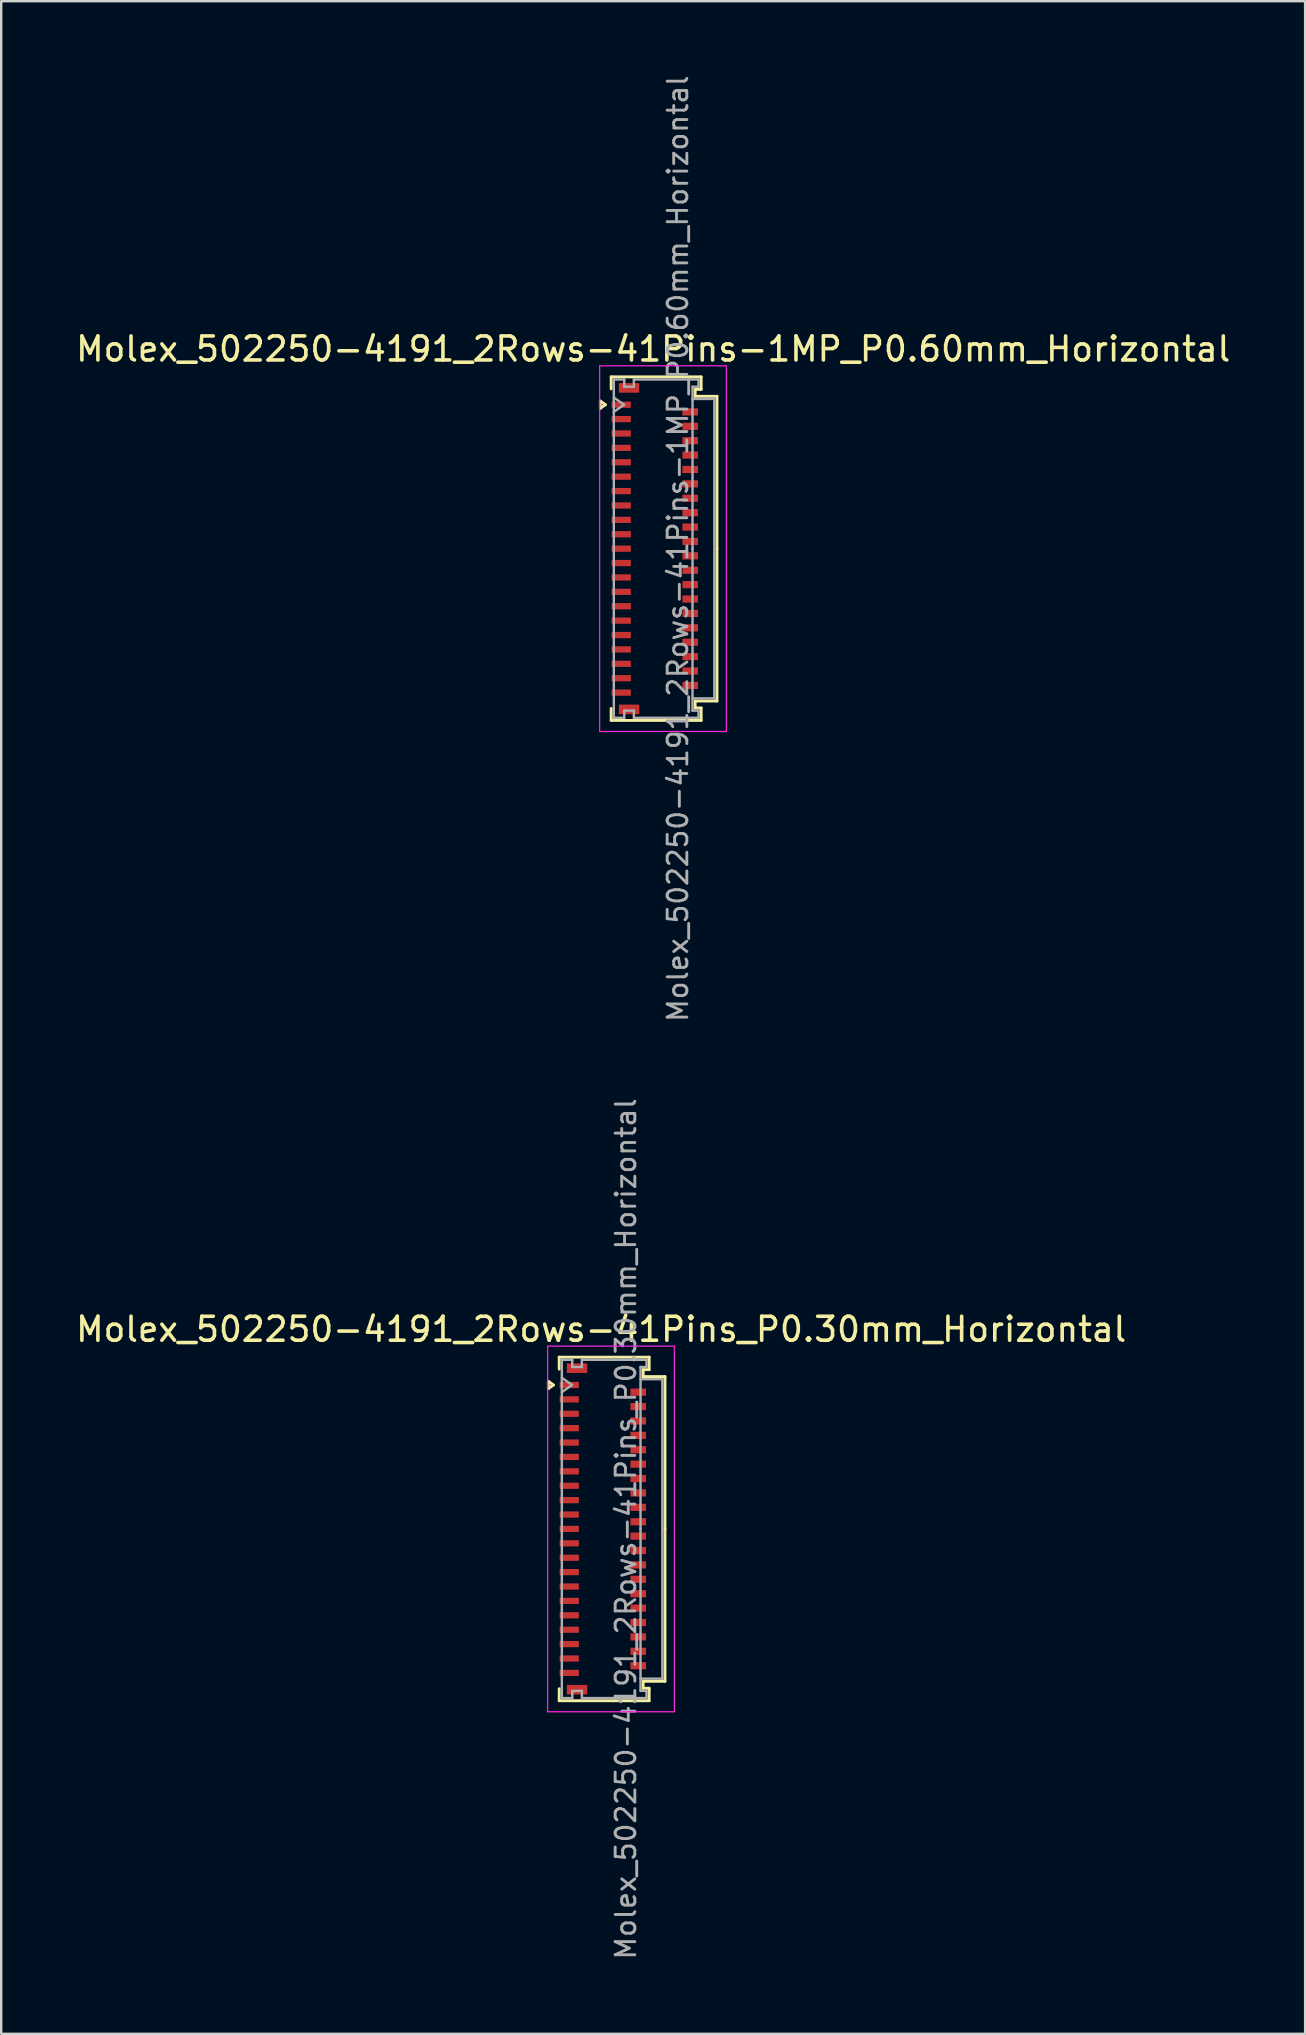
<source format=kicad_pcb>
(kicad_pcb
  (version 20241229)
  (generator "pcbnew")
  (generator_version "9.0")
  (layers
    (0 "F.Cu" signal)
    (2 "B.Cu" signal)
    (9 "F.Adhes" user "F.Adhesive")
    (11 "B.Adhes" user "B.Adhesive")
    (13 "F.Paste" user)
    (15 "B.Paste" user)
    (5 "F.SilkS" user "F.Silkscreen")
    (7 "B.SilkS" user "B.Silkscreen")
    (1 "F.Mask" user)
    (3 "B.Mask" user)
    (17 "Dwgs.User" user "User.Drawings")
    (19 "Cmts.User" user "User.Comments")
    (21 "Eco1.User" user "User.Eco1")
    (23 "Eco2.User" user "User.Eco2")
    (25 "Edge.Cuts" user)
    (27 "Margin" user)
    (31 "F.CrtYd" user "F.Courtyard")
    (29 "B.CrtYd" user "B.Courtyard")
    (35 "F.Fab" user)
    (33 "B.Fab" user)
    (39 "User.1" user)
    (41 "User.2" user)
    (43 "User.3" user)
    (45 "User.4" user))
  (footprint "Molex_502250-4191_2Rows-41Pins-1MP_P0.60mm_Horizontal"
    (layer "F.Cu")
    (at 24.243 19.817)
    (property "Reference" "Molex_502250-4191_2Rows-41Pins-1MP_P0.60mm_Horizontal" (at -0.07 -8.32 0) (layer "F.SilkS") (effects (font (size 1 1) (thickness 0.15))))
    (attr smd)
    (fp_line (start -2.272 -6.15) (end -2.06 -6) (stroke (width 0.12) (type solid)) (layer "F.SilkS"))
    (fp_line (start -2.272 -5.85) (end -2.272 -6.15) (stroke (width 0.12) (type solid)) (layer "F.SilkS"))
    (fp_line (start -2.06 -6) (end -2.272 -5.85) (stroke (width 0.12) (type solid)) (layer "F.SilkS"))
    (fp_line (start -1.82 -7.16) (end 1.93 -7.16) (stroke (width 0.12) (type solid)) (layer "F.SilkS"))
    (fp_line (start -1.82 -6.66) (end -1.82 -7.16) (stroke (width 0.12) (type solid)) (layer "F.SilkS"))
    (fp_line (start -1.82 6.66) (end -1.82 7.16) (stroke (width 0.12) (type solid)) (layer "F.SilkS"))
    (fp_line (start -1.82 7.16) (end 1.93 7.16) (stroke (width 0.12) (type solid)) (layer "F.SilkS"))
    (fp_line (start 1.68 -6.64) (end 1.68 -6.35) (stroke (width 0.12) (type solid)) (layer "F.SilkS"))
    (fp_line (start 1.68 -6.35) (end 2.59 -6.35) (stroke (width 0.12) (type solid)) (layer "F.SilkS"))
    (fp_line (start 1.68 6.35) (end 2.59 6.35) (stroke (width 0.12) (type solid)) (layer "F.SilkS"))
    (fp_line (start 1.68 6.64) (end 1.68 6.35) (stroke (width 0.12) (type solid)) (layer "F.SilkS"))
    (fp_line (start 1.93 -7.16) (end 1.93 -6.64) (stroke (width 0.12) (type solid)) (layer "F.SilkS"))
    (fp_line (start 1.93 -6.64) (end 1.68 -6.64) (stroke (width 0.12) (type solid)) (layer "F.SilkS"))
    (fp_line (start 1.93 6.64) (end 1.68 6.64) (stroke (width 0.12) (type solid)) (layer "F.SilkS"))
    (fp_line (start 1.93 7.16) (end 1.93 6.64) (stroke (width 0.12) (type solid)) (layer "F.SilkS"))
    (fp_line (start 2.59 -6.35) (end 2.59 0) (stroke (width 0.12) (type solid)) (layer "F.SilkS"))
    (fp_line (start 2.59 6.35) (end 2.59 0) (stroke (width 0.12) (type solid)) (layer "F.SilkS"))
    (fp_line (start -2.3 -7.62) (end -2.3 7.62) (stroke (width 0.05) (type solid)) (layer "F.CrtYd"))
    (fp_line (start -2.3 7.62) (end 2.98 7.62) (stroke (width 0.05) (type solid)) (layer "F.CrtYd"))
    (fp_line (start 2.98 -7.62) (end -2.3 -7.62) (stroke (width 0.05) (type solid)) (layer "F.CrtYd"))
    (fp_line (start 2.98 7.62) (end 2.98 -7.62) (stroke (width 0.05) (type solid)) (layer "F.CrtYd"))
    (fp_line (start -1.71 -7.05) (end -1.275 -7.05) (stroke (width 0.1) (type solid)) (layer "F.Fab"))
    (fp_line (start -1.71 -6.3) (end -1.286 -6) (stroke (width 0.1) (type solid)) (layer "F.Fab"))
    (fp_line (start -1.71 0) (end -1.71 -7.05) (stroke (width 0.1) (type solid)) (layer "F.Fab"))
    (fp_line (start -1.71 0) (end -1.71 7.05) (stroke (width 0.1) (type solid)) (layer "F.Fab"))
    (fp_line (start -1.71 7.05) (end -1.275 7.05) (stroke (width 0.1) (type solid)) (layer "F.Fab"))
    (fp_line (start -1.286 -6) (end -1.71 -5.7) (stroke (width 0.1) (type solid)) (layer "F.Fab"))
    (fp_line (start -1.275 -7.05) (end -1.275 -6.75) (stroke (width 0.1) (type solid)) (layer "F.Fab"))
    (fp_line (start -1.275 -6.75) (end -0.875 -6.75) (stroke (width 0.1) (type solid)) (layer "F.Fab"))
    (fp_line (start -1.275 6.75) (end -0.875 6.75) (stroke (width 0.1) (type solid)) (layer "F.Fab"))
    (fp_line (start -1.275 7.05) (end -1.275 6.75) (stroke (width 0.1) (type solid)) (layer "F.Fab"))
    (fp_line (start -0.875 -7.05) (end 1.82 -7.05) (stroke (width 0.1) (type solid)) (layer "F.Fab"))
    (fp_line (start -0.875 -6.75) (end -0.875 -7.05) (stroke (width 0.1) (type solid)) (layer "F.Fab"))
    (fp_line (start -0.875 6.75) (end -0.875 7.05) (stroke (width 0.1) (type solid)) (layer "F.Fab"))
    (fp_line (start -0.875 7.05) (end 1.82 7.05) (stroke (width 0.1) (type solid)) (layer "F.Fab"))
    (fp_line (start 1.57 -6.75) (end 1.57 0) (stroke (width 0.1) (type solid)) (layer "F.Fab"))
    (fp_line (start 1.57 -6.24) (end 2.48 -6.24) (stroke (width 0.1) (type solid)) (layer "F.Fab"))
    (fp_line (start 1.57 6.75) (end 1.57 0) (stroke (width 0.1) (type solid)) (layer "F.Fab"))
    (fp_line (start 1.82 -7.05) (end 1.82 -6.75) (stroke (width 0.1) (type solid)) (layer "F.Fab"))
    (fp_line (start 1.82 -6.75) (end 1.57 -6.75) (stroke (width 0.1) (type solid)) (layer "F.Fab"))
    (fp_line (start 1.82 6.75) (end 1.57 6.75) (stroke (width 0.1) (type solid)) (layer "F.Fab"))
    (fp_line (start 1.82 7.05) (end 1.82 6.75) (stroke (width 0.1) (type solid)) (layer "F.Fab"))
    (fp_line (start 2.48 -6.24) (end 2.48 6.24) (stroke (width 0.1) (type solid)) (layer "F.Fab"))
    (fp_line (start 2.48 6.24) (end 1.57 6.24) (stroke (width 0.1) (type solid)) (layer "F.Fab"))
    (fp_text user "${REFERENCE}" (at 0.96 0 90) (layer "F.Fab") (effects (font (size 0.82 0.82) (thickness 0.12))))
    (pad "1" smd rect (at -1.4 -6) (size 0.8 0.26) (layers "F.Cu" "F.Mask" "F.Paste"))
    (pad "2" smd rect (at 1.475 -5.7) (size 0.65 0.3) (layers "F.Cu" "F.Mask" "F.Paste"))
    (pad "3" smd rect (at -1.4 -5.4) (size 0.8 0.26) (layers "F.Cu" "F.Mask" "F.Paste"))
    (pad "4" smd rect (at 1.475 -5.1) (size 0.65 0.3) (layers "F.Cu" "F.Mask" "F.Paste"))
    (pad "5" smd rect (at -1.4 -4.8) (size 0.8 0.26) (layers "F.Cu" "F.Mask" "F.Paste"))
    (pad "6" smd rect (at 1.475 -4.5) (size 0.65 0.3) (layers "F.Cu" "F.Mask" "F.Paste"))
    (pad "7" smd rect (at -1.4 -4.2) (size 0.8 0.26) (layers "F.Cu" "F.Mask" "F.Paste"))
    (pad "8" smd rect (at 1.475 -3.9) (size 0.65 0.3) (layers "F.Cu" "F.Mask" "F.Paste"))
    (pad "9" smd rect (at -1.4 -3.6) (size 0.8 0.26) (layers "F.Cu" "F.Mask" "F.Paste"))
    (pad "10" smd rect (at 1.475 -3.3) (size 0.65 0.3) (layers "F.Cu" "F.Mask" "F.Paste"))
    (pad "11" smd rect (at -1.4 -3) (size 0.8 0.26) (layers "F.Cu" "F.Mask" "F.Paste"))
    (pad "12" smd rect (at 1.475 -2.7) (size 0.65 0.3) (layers "F.Cu" "F.Mask" "F.Paste"))
    (pad "13" smd rect (at -1.4 -2.4) (size 0.8 0.26) (layers "F.Cu" "F.Mask" "F.Paste"))
    (pad "14" smd rect (at 1.475 -2.1) (size 0.65 0.3) (layers "F.Cu" "F.Mask" "F.Paste"))
    (pad "15" smd rect (at -1.4 -1.8) (size 0.8 0.26) (layers "F.Cu" "F.Mask" "F.Paste"))
    (pad "16" smd rect (at 1.475 -1.5) (size 0.65 0.3) (layers "F.Cu" "F.Mask" "F.Paste"))
    (pad "17" smd rect (at -1.4 -1.2) (size 0.8 0.26) (layers "F.Cu" "F.Mask" "F.Paste"))
    (pad "18" smd rect (at 1.475 -0.9) (size 0.65 0.3) (layers "F.Cu" "F.Mask" "F.Paste"))
    (pad "19" smd rect (at -1.4 -0.6) (size 0.8 0.26) (layers "F.Cu" "F.Mask" "F.Paste"))
    (pad "20" smd rect (at 1.475 -0.3) (size 0.65 0.3) (layers "F.Cu" "F.Mask" "F.Paste"))
    (pad "21" smd rect (at -1.4 0) (size 0.8 0.26) (layers "F.Cu" "F.Mask" "F.Paste"))
    (pad "22" smd rect (at 1.475 0.3) (size 0.65 0.3) (layers "F.Cu" "F.Mask" "F.Paste"))
    (pad "23" smd rect (at -1.4 0.6) (size 0.8 0.26) (layers "F.Cu" "F.Mask" "F.Paste"))
    (pad "24" smd rect (at 1.475 0.9) (size 0.65 0.3) (layers "F.Cu" "F.Mask" "F.Paste"))
    (pad "25" smd rect (at -1.4 1.2) (size 0.8 0.26) (layers "F.Cu" "F.Mask" "F.Paste"))
    (pad "26" smd rect (at 1.475 1.5) (size 0.65 0.3) (layers "F.Cu" "F.Mask" "F.Paste"))
    (pad "27" smd rect (at -1.4 1.8) (size 0.8 0.26) (layers "F.Cu" "F.Mask" "F.Paste"))
    (pad "28" smd rect (at 1.475 2.1) (size 0.65 0.3) (layers "F.Cu" "F.Mask" "F.Paste"))
    (pad "29" smd rect (at -1.4 2.4) (size 0.8 0.26) (layers "F.Cu" "F.Mask" "F.Paste"))
    (pad "30" smd rect (at 1.475 2.7) (size 0.65 0.3) (layers "F.Cu" "F.Mask" "F.Paste"))
    (pad "31" smd rect (at -1.4 3) (size 0.8 0.26) (layers "F.Cu" "F.Mask" "F.Paste"))
    (pad "32" smd rect (at 1.475 3.3) (size 0.65 0.3) (layers "F.Cu" "F.Mask" "F.Paste"))
    (pad "33" smd rect (at -1.4 3.6) (size 0.8 0.26) (layers "F.Cu" "F.Mask" "F.Paste"))
    (pad "34" smd rect (at 1.475 3.9) (size 0.65 0.3) (layers "F.Cu" "F.Mask" "F.Paste"))
    (pad "35" smd rect (at -1.4 4.2) (size 0.8 0.26) (layers "F.Cu" "F.Mask" "F.Paste"))
    (pad "36" smd rect (at 1.475 4.5) (size 0.65 0.3) (layers "F.Cu" "F.Mask" "F.Paste"))
    (pad "37" smd rect (at -1.4 4.8) (size 0.8 0.26) (layers "F.Cu" "F.Mask" "F.Paste"))
    (pad "38" smd rect (at 1.475 5.1) (size 0.65 0.3) (layers "F.Cu" "F.Mask" "F.Paste"))
    (pad "39" smd rect (at -1.4 5.4) (size 0.8 0.26) (layers "F.Cu" "F.Mask" "F.Paste"))
    (pad "40" smd rect (at 1.475 5.7) (size 0.65 0.3) (layers "F.Cu" "F.Mask" "F.Paste"))
    (pad "41" smd rect (at -1.4 6) (size 0.8 0.26) (layers "F.Cu" "F.Mask" "F.Paste"))
    (pad "MP" smd rect (at -1.075 -6.7) (size 0.85 0.4) (layers "F.Cu" "F.Mask" "F.Paste"))
    (pad "MP" smd rect (at -1.075 6.7) (size 0.85 0.4) (layers "F.Cu" "F.Mask" "F.Paste")))
  (footprint "Molex_502250-4191_2Rows-41Pins_P0.30mm_Horizontal"
    (layer "F.Cu")
    (at 22.076 60.674)
    (property "Reference" "Molex_502250-4191_2Rows-41Pins_P0.30mm_Horizontal" (at -0.07 -8.32 0) (layer "F.SilkS") (effects (font (size 1 1) (thickness 0.15))))
    (attr smd)
    (fp_line (start -2.272 -6.15) (end -2.06 -6) (stroke (width 0.12) (type solid)) (layer "F.SilkS"))
    (fp_line (start -2.272 -5.85) (end -2.272 -6.15) (stroke (width 0.12) (type solid)) (layer "F.SilkS"))
    (fp_line (start -2.06 -6) (end -2.272 -5.85) (stroke (width 0.12) (type solid)) (layer "F.SilkS"))
    (fp_line (start -1.82 -7.16) (end 1.93 -7.16) (stroke (width 0.12) (type solid)) (layer "F.SilkS"))
    (fp_line (start -1.82 -6.66) (end -1.82 -7.16) (stroke (width 0.12) (type solid)) (layer "F.SilkS"))
    (fp_line (start -1.82 6.66) (end -1.82 7.16) (stroke (width 0.12) (type solid)) (layer "F.SilkS"))
    (fp_line (start -1.82 7.16) (end 1.93 7.16) (stroke (width 0.12) (type solid)) (layer "F.SilkS"))
    (fp_line (start 1.68 -6.64) (end 1.68 -6.35) (stroke (width 0.12) (type solid)) (layer "F.SilkS"))
    (fp_line (start 1.68 -6.35) (end 2.59 -6.35) (stroke (width 0.12) (type solid)) (layer "F.SilkS"))
    (fp_line (start 1.68 6.35) (end 2.59 6.35) (stroke (width 0.12) (type solid)) (layer "F.SilkS"))
    (fp_line (start 1.68 6.64) (end 1.68 6.35) (stroke (width 0.12) (type solid)) (layer "F.SilkS"))
    (fp_line (start 1.93 -7.16) (end 1.93 -6.64) (stroke (width 0.12) (type solid)) (layer "F.SilkS"))
    (fp_line (start 1.93 -6.64) (end 1.68 -6.64) (stroke (width 0.12) (type solid)) (layer "F.SilkS"))
    (fp_line (start 1.93 6.64) (end 1.68 6.64) (stroke (width 0.12) (type solid)) (layer "F.SilkS"))
    (fp_line (start 1.93 7.16) (end 1.93 6.64) (stroke (width 0.12) (type solid)) (layer "F.SilkS"))
    (fp_line (start 2.59 -6.35) (end 2.59 0) (stroke (width 0.12) (type solid)) (layer "F.SilkS"))
    (fp_line (start 2.59 6.35) (end 2.59 0) (stroke (width 0.12) (type solid)) (layer "F.SilkS"))
    (fp_line (start -2.3 -7.62) (end -2.3 7.62) (stroke (width 0.05) (type solid)) (layer "F.CrtYd"))
    (fp_line (start -2.3 7.62) (end 2.98 7.62) (stroke (width 0.05) (type solid)) (layer "F.CrtYd"))
    (fp_line (start 2.98 -7.62) (end -2.3 -7.62) (stroke (width 0.05) (type solid)) (layer "F.CrtYd"))
    (fp_line (start 2.98 7.62) (end 2.98 -7.62) (stroke (width 0.05) (type solid)) (layer "F.CrtYd"))
    (fp_line (start -1.71 -7.05) (end -1.275 -7.05) (stroke (width 0.1) (type solid)) (layer "F.Fab"))
    (fp_line (start -1.71 -6.3) (end -1.286 -6) (stroke (width 0.1) (type solid)) (layer "F.Fab"))
    (fp_line (start -1.71 0) (end -1.71 -7.05) (stroke (width 0.1) (type solid)) (layer "F.Fab"))
    (fp_line (start -1.71 0) (end -1.71 7.05) (stroke (width 0.1) (type solid)) (layer "F.Fab"))
    (fp_line (start -1.71 7.05) (end -1.275 7.05) (stroke (width 0.1) (type solid)) (layer "F.Fab"))
    (fp_line (start -1.286 -6) (end -1.71 -5.7) (stroke (width 0.1) (type solid)) (layer "F.Fab"))
    (fp_line (start -1.275 -7.05) (end -1.275 -6.75) (stroke (width 0.1) (type solid)) (layer "F.Fab"))
    (fp_line (start -1.275 -6.75) (end -0.875 -6.75) (stroke (width 0.1) (type solid)) (layer "F.Fab"))
    (fp_line (start -1.275 6.75) (end -0.875 6.75) (stroke (width 0.1) (type solid)) (layer "F.Fab"))
    (fp_line (start -1.275 7.05) (end -1.275 6.75) (stroke (width 0.1) (type solid)) (layer "F.Fab"))
    (fp_line (start -0.875 -7.05) (end 1.82 -7.05) (stroke (width 0.1) (type solid)) (layer "F.Fab"))
    (fp_line (start -0.875 -6.75) (end -0.875 -7.05) (stroke (width 0.1) (type solid)) (layer "F.Fab"))
    (fp_line (start -0.875 6.75) (end -0.875 7.05) (stroke (width 0.1) (type solid)) (layer "F.Fab"))
    (fp_line (start -0.875 7.05) (end 1.82 7.05) (stroke (width 0.1) (type solid)) (layer "F.Fab"))
    (fp_line (start 1.57 -6.75) (end 1.57 0) (stroke (width 0.1) (type solid)) (layer "F.Fab"))
    (fp_line (start 1.57 -6.24) (end 2.48 -6.24) (stroke (width 0.1) (type solid)) (layer "F.Fab"))
    (fp_line (start 1.57 6.75) (end 1.57 0) (stroke (width 0.1) (type solid)) (layer "F.Fab"))
    (fp_line (start 1.82 -7.05) (end 1.82 -6.75) (stroke (width 0.1) (type solid)) (layer "F.Fab"))
    (fp_line (start 1.82 -6.75) (end 1.57 -6.75) (stroke (width 0.1) (type solid)) (layer "F.Fab"))
    (fp_line (start 1.82 6.75) (end 1.57 6.75) (stroke (width 0.1) (type solid)) (layer "F.Fab"))
    (fp_line (start 1.82 7.05) (end 1.82 6.75) (stroke (width 0.1) (type solid)) (layer "F.Fab"))
    (fp_line (start 2.48 -6.24) (end 2.48 6.24) (stroke (width 0.1) (type solid)) (layer "F.Fab"))
    (fp_line (start 2.48 6.24) (end 1.57 6.24) (stroke (width 0.1) (type solid)) (layer "F.Fab"))
    (fp_text user "${REFERENCE}" (at 0.96 0 90) (layer "F.Fab") (effects (font (size 0.82 0.82) (thickness 0.12))))
    (pad "" smd rect (at -1.075 -6.7) (size 0.85 0.4) (layers "F.Cu" "F.Mask" "F.Paste"))
    (pad "" smd rect (at -1.075 6.7) (size 0.85 0.4) (layers "F.Cu" "F.Mask" "F.Paste"))
    (pad "1" smd rect (at -1.4 -6) (size 0.8 0.26) (layers "F.Cu" "F.Mask" "F.Paste"))
    (pad "2" smd rect (at 1.475 -5.7) (size 0.65 0.3) (layers "F.Cu" "F.Mask" "F.Paste"))
    (pad "3" smd rect (at -1.4 -5.4) (size 0.8 0.26) (layers "F.Cu" "F.Mask" "F.Paste"))
    (pad "4" smd rect (at 1.475 -5.1) (size 0.65 0.3) (layers "F.Cu" "F.Mask" "F.Paste"))
    (pad "5" smd rect (at -1.4 -4.8) (size 0.8 0.26) (layers "F.Cu" "F.Mask" "F.Paste"))
    (pad "6" smd rect (at 1.475 -4.5) (size 0.65 0.3) (layers "F.Cu" "F.Mask" "F.Paste"))
    (pad "7" smd rect (at -1.4 -4.2) (size 0.8 0.26) (layers "F.Cu" "F.Mask" "F.Paste"))
    (pad "8" smd rect (at 1.475 -3.9) (size 0.65 0.3) (layers "F.Cu" "F.Mask" "F.Paste"))
    (pad "9" smd rect (at -1.4 -3.6) (size 0.8 0.26) (layers "F.Cu" "F.Mask" "F.Paste"))
    (pad "10" smd rect (at 1.475 -3.3) (size 0.65 0.3) (layers "F.Cu" "F.Mask" "F.Paste"))
    (pad "11" smd rect (at -1.4 -3) (size 0.8 0.26) (layers "F.Cu" "F.Mask" "F.Paste"))
    (pad "12" smd rect (at 1.475 -2.7) (size 0.65 0.3) (layers "F.Cu" "F.Mask" "F.Paste"))
    (pad "13" smd rect (at -1.4 -2.4) (size 0.8 0.26) (layers "F.Cu" "F.Mask" "F.Paste"))
    (pad "14" smd rect (at 1.475 -2.1) (size 0.65 0.3) (layers "F.Cu" "F.Mask" "F.Paste"))
    (pad "15" smd rect (at -1.4 -1.8) (size 0.8 0.26) (layers "F.Cu" "F.Mask" "F.Paste"))
    (pad "16" smd rect (at 1.475 -1.5) (size 0.65 0.3) (layers "F.Cu" "F.Mask" "F.Paste"))
    (pad "17" smd rect (at -1.4 -1.2) (size 0.8 0.26) (layers "F.Cu" "F.Mask" "F.Paste"))
    (pad "18" smd rect (at 1.475 -0.9) (size 0.65 0.3) (layers "F.Cu" "F.Mask" "F.Paste"))
    (pad "19" smd rect (at -1.4 -0.6) (size 0.8 0.26) (layers "F.Cu" "F.Mask" "F.Paste"))
    (pad "20" smd rect (at 1.475 -0.3) (size 0.65 0.3) (layers "F.Cu" "F.Mask" "F.Paste"))
    (pad "21" smd rect (at -1.4 0) (size 0.8 0.26) (layers "F.Cu" "F.Mask" "F.Paste"))
    (pad "22" smd rect (at 1.475 0.3) (size 0.65 0.3) (layers "F.Cu" "F.Mask" "F.Paste"))
    (pad "23" smd rect (at -1.4 0.6) (size 0.8 0.26) (layers "F.Cu" "F.Mask" "F.Paste"))
    (pad "24" smd rect (at 1.475 0.9) (size 0.65 0.3) (layers "F.Cu" "F.Mask" "F.Paste"))
    (pad "25" smd rect (at -1.4 1.2) (size 0.8 0.26) (layers "F.Cu" "F.Mask" "F.Paste"))
    (pad "26" smd rect (at 1.475 1.5) (size 0.65 0.3) (layers "F.Cu" "F.Mask" "F.Paste"))
    (pad "27" smd rect (at -1.4 1.8) (size 0.8 0.26) (layers "F.Cu" "F.Mask" "F.Paste"))
    (pad "28" smd rect (at 1.475 2.1) (size 0.65 0.3) (layers "F.Cu" "F.Mask" "F.Paste"))
    (pad "29" smd rect (at -1.4 2.4) (size 0.8 0.26) (layers "F.Cu" "F.Mask" "F.Paste"))
    (pad "30" smd rect (at 1.475 2.7) (size 0.65 0.3) (layers "F.Cu" "F.Mask" "F.Paste"))
    (pad "31" smd rect (at -1.4 3) (size 0.8 0.26) (layers "F.Cu" "F.Mask" "F.Paste"))
    (pad "32" smd rect (at 1.475 3.3) (size 0.65 0.3) (layers "F.Cu" "F.Mask" "F.Paste"))
    (pad "33" smd rect (at -1.4 3.6) (size 0.8 0.26) (layers "F.Cu" "F.Mask" "F.Paste"))
    (pad "34" smd rect (at 1.475 3.9) (size 0.65 0.3) (layers "F.Cu" "F.Mask" "F.Paste"))
    (pad "35" smd rect (at -1.4 4.2) (size 0.8 0.26) (layers "F.Cu" "F.Mask" "F.Paste"))
    (pad "36" smd rect (at 1.475 4.5) (size 0.65 0.3) (layers "F.Cu" "F.Mask" "F.Paste"))
    (pad "37" smd rect (at -1.4 4.8) (size 0.8 0.26) (layers "F.Cu" "F.Mask" "F.Paste"))
    (pad "38" smd rect (at 1.475 5.1) (size 0.65 0.3) (layers "F.Cu" "F.Mask" "F.Paste"))
    (pad "39" smd rect (at -1.4 5.4) (size 0.8 0.26) (layers "F.Cu" "F.Mask" "F.Paste"))
    (pad "40" smd rect (at 1.475 5.7) (size 0.65 0.3) (layers "F.Cu" "F.Mask" "F.Paste"))
    (pad "41" smd rect (at -1.4 6) (size 0.8 0.26) (layers "F.Cu" "F.Mask" "F.Paste")))
  (gr_rect
    (start -3 -3)
    (end 51.345 81.715)
    (stroke (width 0.1) (type default))
    (fill no)
    (layer "Edge.Cuts")))
</source>
